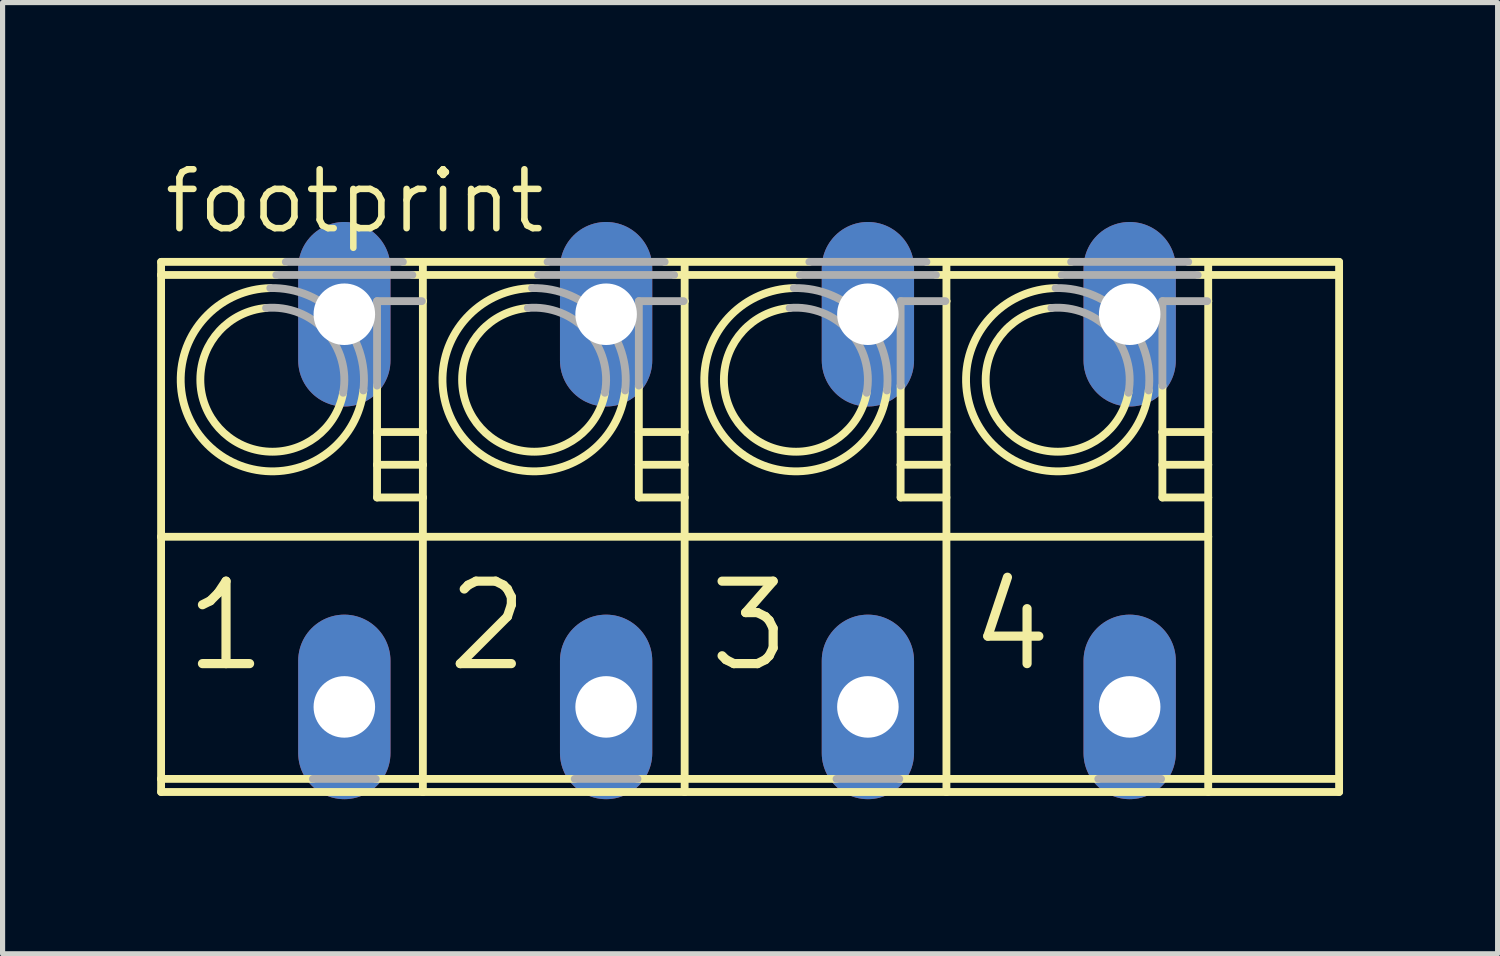
<source format=kicad_pcb>
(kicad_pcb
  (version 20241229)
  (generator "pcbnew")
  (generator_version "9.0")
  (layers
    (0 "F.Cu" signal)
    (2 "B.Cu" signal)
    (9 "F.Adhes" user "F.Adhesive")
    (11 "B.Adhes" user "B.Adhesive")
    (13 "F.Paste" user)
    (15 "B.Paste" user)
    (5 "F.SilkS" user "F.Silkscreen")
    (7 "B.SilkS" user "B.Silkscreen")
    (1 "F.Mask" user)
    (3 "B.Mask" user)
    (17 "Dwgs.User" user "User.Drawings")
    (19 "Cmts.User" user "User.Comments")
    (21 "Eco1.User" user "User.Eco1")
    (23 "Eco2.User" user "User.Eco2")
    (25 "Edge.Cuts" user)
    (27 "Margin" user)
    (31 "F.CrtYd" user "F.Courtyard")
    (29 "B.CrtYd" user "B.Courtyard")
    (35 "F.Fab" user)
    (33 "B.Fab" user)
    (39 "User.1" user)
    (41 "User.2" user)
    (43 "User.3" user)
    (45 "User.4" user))
  (footprint "footprint"
    (layer "F.Cu")
    (at 11.252 6.858)
    (property "Reference" "footprint" (at -11.176 -5.334 0) (layer "F.SilkS") (effects (font (size 1.143 1.143) (thickness 0.127)) (justify left bottom)))
    (fp_line (start -11.176 -4.572) (end -11.176 -4.826) (stroke (width 0.152) (type solid)) (layer "F.SilkS"))
    (fp_line (start -11.176 -4.572) (end -8.94 -4.572) (stroke (width 0.152) (type solid)) (layer "F.SilkS"))
    (fp_line (start -11.176 0.508) (end -11.176 -4.572) (stroke (width 0.152) (type solid)) (layer "F.SilkS"))
    (fp_line (start -11.176 0.508) (end -6.096 0.508) (stroke (width 0.152) (type solid)) (layer "F.SilkS"))
    (fp_line (start -11.176 5.207) (end -11.176 0.508) (stroke (width 0.152) (type solid)) (layer "F.SilkS"))
    (fp_line (start -11.176 5.207) (end -8.229 5.207) (stroke (width 0.152) (type solid)) (layer "F.SilkS"))
    (fp_line (start -11.176 5.461) (end -11.176 5.207) (stroke (width 0.152) (type solid)) (layer "F.SilkS"))
    (fp_line (start -8.756 -4.826) (end -11.176 -4.826) (stroke (width 0.152) (type solid)) (layer "F.SilkS"))
    (fp_line (start -7.011 5.207) (end -6.096 5.207) (stroke (width 0.152) (type solid)) (layer "F.SilkS"))
    (fp_line (start -6.985 -1.524) (end -6.985 -2.425) (stroke (width 0.152) (type solid)) (layer "F.SilkS"))
    (fp_line (start -6.985 -0.889) (end -6.985 -1.524) (stroke (width 0.152) (type solid)) (layer "F.SilkS"))
    (fp_line (start -6.985 -0.254) (end -6.985 -0.889) (stroke (width 0.152) (type solid)) (layer "F.SilkS"))
    (fp_line (start -6.3 -4.572) (end -6.096 -4.572) (stroke (width 0.152) (type solid)) (layer "F.SilkS"))
    (fp_line (start -6.117 -4.064) (end -6.096 -4.064) (stroke (width 0.152) (type solid)) (layer "F.SilkS"))
    (fp_line (start -6.096 -4.826) (end -6.484 -4.826) (stroke (width 0.152) (type solid)) (layer "F.SilkS"))
    (fp_line (start -6.096 -4.572) (end -6.096 -4.826) (stroke (width 0.152) (type solid)) (layer "F.SilkS"))
    (fp_line (start -6.096 -4.572) (end -3.86 -4.572) (stroke (width 0.152) (type solid)) (layer "F.SilkS"))
    (fp_line (start -6.096 -4.064) (end -6.096 -4.572) (stroke (width 0.152) (type solid)) (layer "F.SilkS"))
    (fp_line (start -6.096 -1.524) (end -6.985 -1.524) (stroke (width 0.152) (type solid)) (layer "F.SilkS"))
    (fp_line (start -6.096 -1.524) (end -6.096 -4.064) (stroke (width 0.152) (type solid)) (layer "F.SilkS"))
    (fp_line (start -6.096 -0.889) (end -6.985 -0.889) (stroke (width 0.152) (type solid)) (layer "F.SilkS"))
    (fp_line (start -6.096 -0.889) (end -6.096 -1.524) (stroke (width 0.152) (type solid)) (layer "F.SilkS"))
    (fp_line (start -6.096 -0.254) (end -6.985 -0.254) (stroke (width 0.152) (type solid)) (layer "F.SilkS"))
    (fp_line (start -6.096 -0.254) (end -6.096 -0.889) (stroke (width 0.152) (type solid)) (layer "F.SilkS"))
    (fp_line (start -6.096 0.508) (end -6.096 -0.254) (stroke (width 0.152) (type solid)) (layer "F.SilkS"))
    (fp_line (start -6.096 0.508) (end -1.016 0.508) (stroke (width 0.152) (type solid)) (layer "F.SilkS"))
    (fp_line (start -6.096 5.207) (end -6.096 0.508) (stroke (width 0.152) (type solid)) (layer "F.SilkS"))
    (fp_line (start -6.096 5.207) (end -3.149 5.207) (stroke (width 0.152) (type solid)) (layer "F.SilkS"))
    (fp_line (start -6.096 5.461) (end -11.176 5.461) (stroke (width 0.152) (type solid)) (layer "F.SilkS"))
    (fp_line (start -6.096 5.461) (end -6.096 5.207) (stroke (width 0.152) (type solid)) (layer "F.SilkS"))
    (fp_line (start -3.676 -4.826) (end -6.096 -4.826) (stroke (width 0.152) (type solid)) (layer "F.SilkS"))
    (fp_line (start -1.931 5.207) (end -1.016 5.207) (stroke (width 0.152) (type solid)) (layer "F.SilkS"))
    (fp_line (start -1.905 -1.524) (end -1.905 -2.425) (stroke (width 0.152) (type solid)) (layer "F.SilkS"))
    (fp_line (start -1.905 -0.889) (end -1.905 -1.524) (stroke (width 0.152) (type solid)) (layer "F.SilkS"))
    (fp_line (start -1.905 -0.254) (end -1.905 -0.889) (stroke (width 0.152) (type solid)) (layer "F.SilkS"))
    (fp_line (start -1.22 -4.572) (end -1.016 -4.572) (stroke (width 0.152) (type solid)) (layer "F.SilkS"))
    (fp_line (start -1.037 -4.064) (end -1.016 -4.064) (stroke (width 0.152) (type solid)) (layer "F.SilkS"))
    (fp_line (start -1.016 -4.826) (end -1.404 -4.826) (stroke (width 0.152) (type solid)) (layer "F.SilkS"))
    (fp_line (start -1.016 -4.572) (end -1.016 -4.826) (stroke (width 0.152) (type solid)) (layer "F.SilkS"))
    (fp_line (start -1.016 -4.572) (end 1.22 -4.572) (stroke (width 0.152) (type solid)) (layer "F.SilkS"))
    (fp_line (start -1.016 -4.064) (end -1.016 -4.572) (stroke (width 0.152) (type solid)) (layer "F.SilkS"))
    (fp_line (start -1.016 -1.524) (end -1.905 -1.524) (stroke (width 0.152) (type solid)) (layer "F.SilkS"))
    (fp_line (start -1.016 -1.524) (end -1.016 -4.064) (stroke (width 0.152) (type solid)) (layer "F.SilkS"))
    (fp_line (start -1.016 -0.889) (end -1.905 -0.889) (stroke (width 0.152) (type solid)) (layer "F.SilkS"))
    (fp_line (start -1.016 -0.889) (end -1.016 -1.524) (stroke (width 0.152) (type solid)) (layer "F.SilkS"))
    (fp_line (start -1.016 -0.254) (end -1.905 -0.254) (stroke (width 0.152) (type solid)) (layer "F.SilkS"))
    (fp_line (start -1.016 -0.254) (end -1.016 -0.889) (stroke (width 0.152) (type solid)) (layer "F.SilkS"))
    (fp_line (start -1.016 0.508) (end -1.016 -0.254) (stroke (width 0.152) (type solid)) (layer "F.SilkS"))
    (fp_line (start -1.016 0.508) (end 4.064 0.508) (stroke (width 0.152) (type solid)) (layer "F.SilkS"))
    (fp_line (start -1.016 5.207) (end -1.016 0.508) (stroke (width 0.152) (type solid)) (layer "F.SilkS"))
    (fp_line (start -1.016 5.207) (end 1.931 5.207) (stroke (width 0.152) (type solid)) (layer "F.SilkS"))
    (fp_line (start -1.016 5.461) (end -6.096 5.461) (stroke (width 0.152) (type solid)) (layer "F.SilkS"))
    (fp_line (start -1.016 5.461) (end -1.016 5.207) (stroke (width 0.152) (type solid)) (layer "F.SilkS"))
    (fp_line (start 1.404 -4.826) (end -1.016 -4.826) (stroke (width 0.152) (type solid)) (layer "F.SilkS"))
    (fp_line (start 3.149 5.207) (end 4.064 5.207) (stroke (width 0.152) (type solid)) (layer "F.SilkS"))
    (fp_line (start 3.175 -1.524) (end 3.175 -2.425) (stroke (width 0.152) (type solid)) (layer "F.SilkS"))
    (fp_line (start 3.175 -0.889) (end 3.175 -1.524) (stroke (width 0.152) (type solid)) (layer "F.SilkS"))
    (fp_line (start 3.175 -0.254) (end 3.175 -0.889) (stroke (width 0.152) (type solid)) (layer "F.SilkS"))
    (fp_line (start 3.86 -4.572) (end 4.064 -4.572) (stroke (width 0.152) (type solid)) (layer "F.SilkS"))
    (fp_line (start 4.043 -4.064) (end 4.064 -4.064) (stroke (width 0.152) (type solid)) (layer "F.SilkS"))
    (fp_line (start 4.064 -4.826) (end 3.676 -4.826) (stroke (width 0.152) (type solid)) (layer "F.SilkS"))
    (fp_line (start 4.064 -4.572) (end 4.064 -4.826) (stroke (width 0.152) (type solid)) (layer "F.SilkS"))
    (fp_line (start 4.064 -4.572) (end 6.3 -4.572) (stroke (width 0.152) (type solid)) (layer "F.SilkS"))
    (fp_line (start 4.064 -4.064) (end 4.064 -4.572) (stroke (width 0.152) (type solid)) (layer "F.SilkS"))
    (fp_line (start 4.064 -1.524) (end 3.175 -1.524) (stroke (width 0.152) (type solid)) (layer "F.SilkS"))
    (fp_line (start 4.064 -0.889) (end 3.175 -0.889) (stroke (width 0.152) (type solid)) (layer "F.SilkS"))
    (fp_line (start 4.064 -0.254) (end 3.175 -0.254) (stroke (width 0.152) (type solid)) (layer "F.SilkS"))
    (fp_line (start 4.064 0.508) (end 4.064 -4.064) (stroke (width 0.152) (type solid)) (layer "F.SilkS"))
    (fp_line (start 4.064 0.508) (end 9.144 0.508) (stroke (width 0.152) (type solid)) (layer "F.SilkS"))
    (fp_line (start 4.064 5.207) (end 4.064 0.508) (stroke (width 0.152) (type solid)) (layer "F.SilkS"))
    (fp_line (start 4.064 5.207) (end 7.011 5.207) (stroke (width 0.152) (type solid)) (layer "F.SilkS"))
    (fp_line (start 4.064 5.461) (end -1.016 5.461) (stroke (width 0.152) (type solid)) (layer "F.SilkS"))
    (fp_line (start 4.064 5.461) (end 4.064 5.207) (stroke (width 0.152) (type solid)) (layer "F.SilkS"))
    (fp_line (start 6.484 -4.826) (end 4.064 -4.826) (stroke (width 0.152) (type solid)) (layer "F.SilkS"))
    (fp_line (start 8.255 -1.524) (end 8.255 -2.425) (stroke (width 0.152) (type solid)) (layer "F.SilkS"))
    (fp_line (start 8.255 -0.889) (end 8.255 -1.524) (stroke (width 0.152) (type solid)) (layer "F.SilkS"))
    (fp_line (start 8.255 -0.254) (end 8.255 -0.889) (stroke (width 0.152) (type solid)) (layer "F.SilkS"))
    (fp_line (start 9.123 -4.064) (end 9.144 -4.064) (stroke (width 0.152) (type solid)) (layer "F.SilkS"))
    (fp_line (start 9.144 -4.064) (end 9.144 -4.826) (stroke (width 0.152) (type solid)) (layer "F.SilkS"))
    (fp_line (start 9.144 -1.524) (end 8.255 -1.524) (stroke (width 0.152) (type solid)) (layer "F.SilkS"))
    (fp_line (start 9.144 -1.524) (end 9.144 -4.064) (stroke (width 0.152) (type solid)) (layer "F.SilkS"))
    (fp_line (start 9.144 -0.889) (end 8.255 -0.889) (stroke (width 0.152) (type solid)) (layer "F.SilkS"))
    (fp_line (start 9.144 -0.889) (end 9.144 -1.524) (stroke (width 0.152) (type solid)) (layer "F.SilkS"))
    (fp_line (start 9.144 -0.254) (end 8.255 -0.254) (stroke (width 0.152) (type solid)) (layer "F.SilkS"))
    (fp_line (start 9.144 -0.254) (end 9.144 -0.889) (stroke (width 0.152) (type solid)) (layer "F.SilkS"))
    (fp_line (start 9.144 0.508) (end 9.144 -0.254) (stroke (width 0.152) (type solid)) (layer "F.SilkS"))
    (fp_line (start 9.144 5.461) (end 9.144 0.508) (stroke (width 0.152) (type solid)) (layer "F.SilkS"))
    (fp_line (start 11.684 -4.826) (end 8.756 -4.826) (stroke (width 0.152) (type solid)) (layer "F.SilkS"))
    (fp_line (start 11.684 -4.572) (end 8.94 -4.572) (stroke (width 0.152) (type solid)) (layer "F.SilkS"))
    (fp_line (start 11.684 -4.572) (end 11.684 -4.826) (stroke (width 0.152) (type solid)) (layer "F.SilkS"))
    (fp_line (start 11.684 5.207) (end 8.229 5.207) (stroke (width 0.152) (type solid)) (layer "F.SilkS"))
    (fp_line (start 11.684 5.207) (end 11.684 -4.572) (stroke (width 0.152) (type solid)) (layer "F.SilkS"))
    (fp_line (start 11.684 5.461) (end 4.064 5.461) (stroke (width 0.152) (type solid)) (layer "F.SilkS"))
    (fp_line (start 11.684 5.461) (end 11.684 5.207) (stroke (width 0.152) (type solid)) (layer "F.SilkS"))
    (fp_arc (start -7.642798 -2.286201) (mid -10.050823 -1.599522) (end -9.1392 -3.9317) (stroke (width 0.1524) (type solid)) (layer "F.SilkS"))
    (fp_arc (start -7.2508 -2.3312) (mid -10.332817 -1.343062) (end -9.0569 -4.3175) (stroke (width 0.1524) (type solid)) (layer "F.SilkS"))
    (fp_arc (start -2.562798 -2.286201) (mid -4.970823 -1.599522) (end -4.0592 -3.9317) (stroke (width 0.1524) (type solid)) (layer "F.SilkS"))
    (fp_arc (start -2.1708 -2.3312) (mid -5.252817 -1.343062) (end -3.9769 -4.3175) (stroke (width 0.1524) (type solid)) (layer "F.SilkS"))
    (fp_arc (start 2.5172 -2.2862) (mid 0.109175 -1.599523) (end 1.0208 -3.9317) (stroke (width 0.1524) (type solid)) (layer "F.SilkS"))
    (fp_arc (start 2.909199 -2.331199) (mid -0.172819 -1.343062) (end 1.1031 -4.3175) (stroke (width 0.1524) (type solid)) (layer "F.SilkS"))
    (fp_arc (start 7.5972 -2.2862) (mid 5.189175 -1.599523) (end 6.1008 -3.9317) (stroke (width 0.1524) (type solid)) (layer "F.SilkS"))
    (fp_arc (start 7.989199 -2.331199) (mid 4.907181 -1.343062) (end 6.1831 -4.3175) (stroke (width 0.1524) (type solid)) (layer "F.SilkS"))
    (fp_line (start -8.94 -4.572) (end -6.3 -4.572) (stroke (width 0.152) (type solid)) (layer "F.Fab"))
    (fp_line (start -8.229 5.207) (end -7.011 5.207) (stroke (width 0.152) (type solid)) (layer "F.Fab"))
    (fp_line (start -6.985 -4.064) (end -6.117 -4.064) (stroke (width 0.152) (type solid)) (layer "F.Fab"))
    (fp_line (start -6.985 -2.425) (end -6.985 -4.064) (stroke (width 0.152) (type solid)) (layer "F.Fab"))
    (fp_line (start -6.484 -4.826) (end -8.756 -4.826) (stroke (width 0.152) (type solid)) (layer "F.Fab"))
    (fp_line (start -3.86 -4.572) (end -1.22 -4.572) (stroke (width 0.152) (type solid)) (layer "F.Fab"))
    (fp_line (start -3.149 5.207) (end -1.931 5.207) (stroke (width 0.152) (type solid)) (layer "F.Fab"))
    (fp_line (start -1.905 -4.064) (end -1.037 -4.064) (stroke (width 0.152) (type solid)) (layer "F.Fab"))
    (fp_line (start -1.905 -2.425) (end -1.905 -4.064) (stroke (width 0.152) (type solid)) (layer "F.Fab"))
    (fp_line (start -1.404 -4.826) (end -3.676 -4.826) (stroke (width 0.152) (type solid)) (layer "F.Fab"))
    (fp_line (start 1.22 -4.572) (end 3.86 -4.572) (stroke (width 0.152) (type solid)) (layer "F.Fab"))
    (fp_line (start 1.931 5.207) (end 3.149 5.207) (stroke (width 0.152) (type solid)) (layer "F.Fab"))
    (fp_line (start 3.175 -4.064) (end 4.043 -4.064) (stroke (width 0.152) (type solid)) (layer "F.Fab"))
    (fp_line (start 3.175 -2.425) (end 3.175 -4.064) (stroke (width 0.152) (type solid)) (layer "F.Fab"))
    (fp_line (start 3.676 -4.826) (end 1.404 -4.826) (stroke (width 0.152) (type solid)) (layer "F.Fab"))
    (fp_line (start 6.3 -4.572) (end 8.94 -4.572) (stroke (width 0.152) (type solid)) (layer "F.Fab"))
    (fp_line (start 7.011 5.207) (end 8.229 5.207) (stroke (width 0.152) (type solid)) (layer "F.Fab"))
    (fp_line (start 8.255 -4.064) (end 9.123 -4.064) (stroke (width 0.152) (type solid)) (layer "F.Fab"))
    (fp_line (start 8.255 -2.425) (end 8.255 -4.064) (stroke (width 0.152) (type solid)) (layer "F.Fab"))
    (fp_line (start 8.756 -4.826) (end 6.484 -4.826) (stroke (width 0.152) (type solid)) (layer "F.Fab"))
    (fp_arc (start -9.1392 -3.9317) (mid -7.983305 -3.479838) (end -7.643098 -2.286301) (stroke (width 0.1524) (type solid)) (layer "F.Fab"))
    (fp_arc (start -9.0569 -4.3175) (mid -7.701248 -3.735937) (end -7.250999 -2.331201) (stroke (width 0.1524) (type solid)) (layer "F.Fab"))
    (fp_arc (start -4.0592 -3.9317) (mid -2.903305 -3.479838) (end -2.563098 -2.286301) (stroke (width 0.1524) (type solid)) (layer "F.Fab"))
    (fp_arc (start -3.9769 -4.3175) (mid -2.621248 -3.735937) (end -2.170999 -2.331201) (stroke (width 0.1524) (type solid)) (layer "F.Fab"))
    (fp_arc (start 1.0208 -3.9317) (mid 2.176694 -3.479837) (end 2.5169 -2.2863) (stroke (width 0.1524) (type solid)) (layer "F.Fab"))
    (fp_arc (start 1.1031 -4.3175) (mid 2.458752 -3.735936) (end 2.909 -2.3312) (stroke (width 0.1524) (type solid)) (layer "F.Fab"))
    (fp_arc (start 6.1008 -3.9317) (mid 7.256694 -3.479837) (end 7.5969 -2.2863) (stroke (width 0.1524) (type solid)) (layer "F.Fab"))
    (fp_arc (start 6.1831 -4.3175) (mid 7.538752 -3.735936) (end 7.989 -2.3312) (stroke (width 0.1524) (type solid)) (layer "F.Fab"))
    (fp_text user "4" (at 4.445 3.175 0) (layer "F.SilkS") (effects (font (size 1.6 1.6) (thickness 0.178)) (justify left bottom)))
    (fp_text user "2" (at -5.715 3.175 0) (layer "F.SilkS") (effects (font (size 1.6 1.6) (thickness 0.178)) (justify left bottom)))
    (fp_text user "1" (at -10.795 3.175 0) (layer "F.SilkS") (effects (font (size 1.6 1.6) (thickness 0.178)) (justify left bottom)))
    (fp_text user "3" (at -0.635 3.175 0) (layer "F.SilkS") (effects (font (size 1.6 1.6) (thickness 0.178)) (justify left bottom)))
    (pad "1" thru_hole oval (at -7.62 3.81 90) (size 3.581 1.791) (drill 1.194) (layers "*.Cu" "*.Mask"))
    (pad "1A" thru_hole oval (at -7.62 -3.81 90) (size 3.581 1.791) (drill 1.194) (layers "*.Cu" "*.Mask"))
    (pad "2" thru_hole oval (at -2.54 3.81 90) (size 3.581 1.791) (drill 1.194) (layers "*.Cu" "*.Mask"))
    (pad "2A" thru_hole oval (at -2.54 -3.81 90) (size 3.581 1.791) (drill 1.194) (layers "*.Cu" "*.Mask"))
    (pad "3" thru_hole oval (at 2.54 3.81 90) (size 3.581 1.791) (drill 1.194) (layers "*.Cu" "*.Mask"))
    (pad "3A" thru_hole oval (at 2.54 -3.81 90) (size 3.581 1.791) (drill 1.194) (layers "*.Cu" "*.Mask"))
    (pad "4" thru_hole oval (at 7.62 3.81 90) (size 3.581 1.791) (drill 1.194) (layers "*.Cu" "*.Mask"))
    (pad "4A" thru_hole oval (at 7.62 -3.81 90) (size 3.581 1.791) (drill 1.194) (layers "*.Cu" "*.Mask")))
  (gr_rect
    (start -3 -3)
    (end 26.012 15.459)
    (stroke (width 0.1) (type default))
    (fill no)
    (layer "Edge.Cuts")))
</source>
